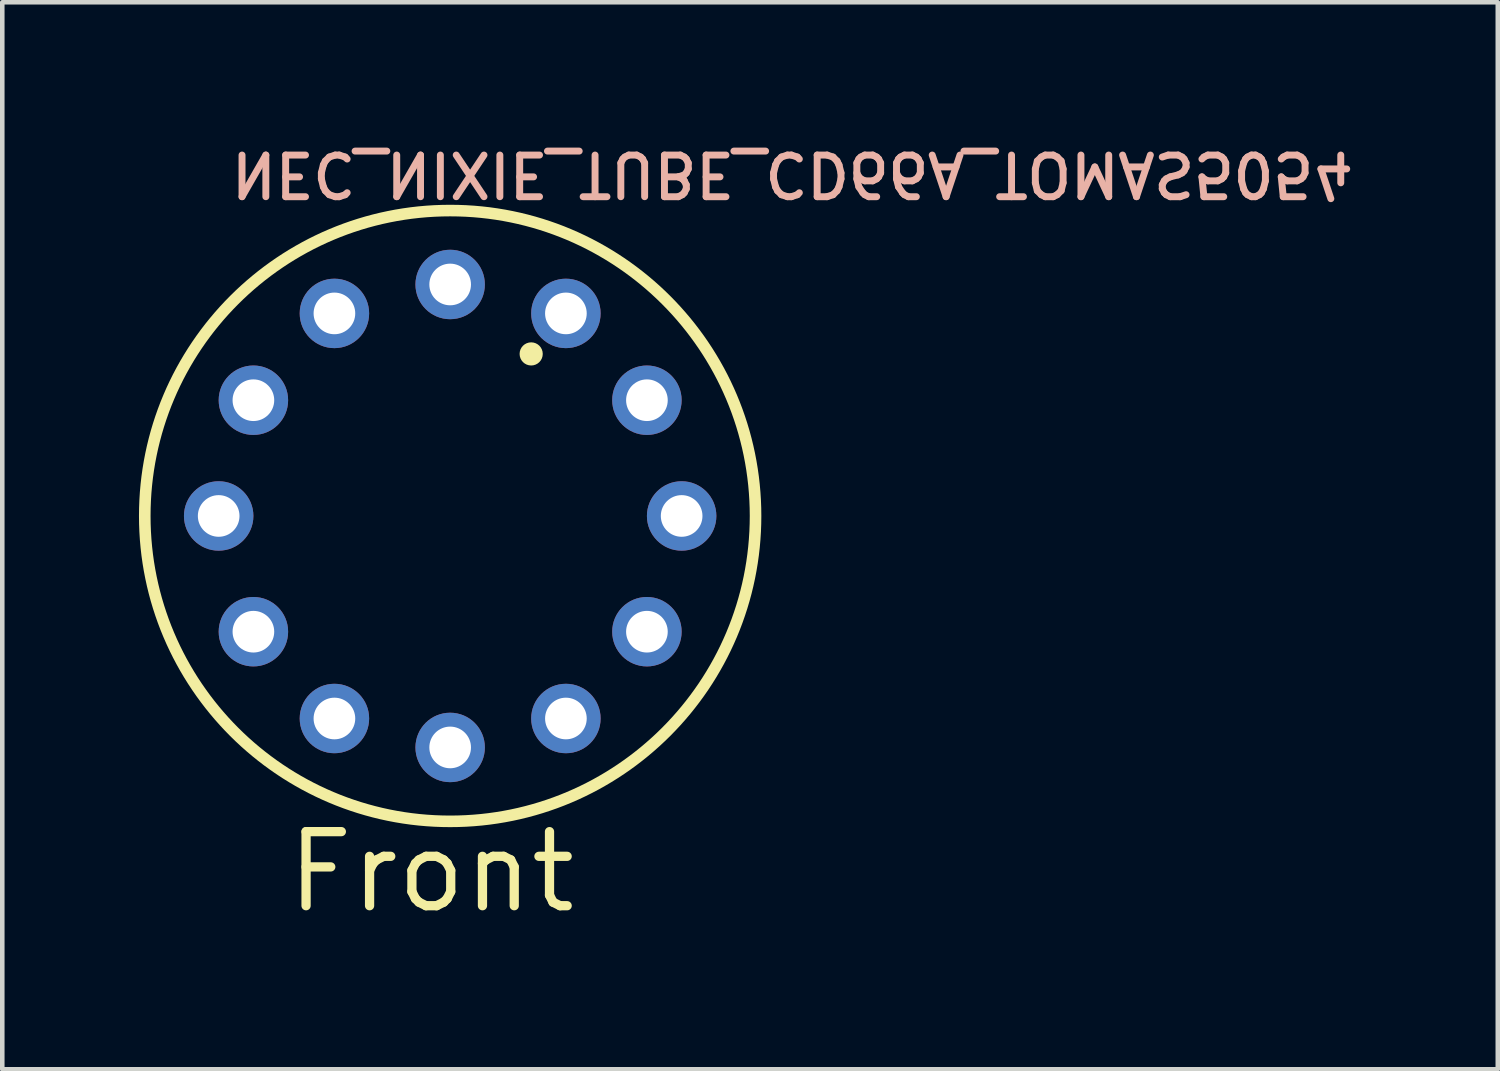
<source format=kicad_pcb>
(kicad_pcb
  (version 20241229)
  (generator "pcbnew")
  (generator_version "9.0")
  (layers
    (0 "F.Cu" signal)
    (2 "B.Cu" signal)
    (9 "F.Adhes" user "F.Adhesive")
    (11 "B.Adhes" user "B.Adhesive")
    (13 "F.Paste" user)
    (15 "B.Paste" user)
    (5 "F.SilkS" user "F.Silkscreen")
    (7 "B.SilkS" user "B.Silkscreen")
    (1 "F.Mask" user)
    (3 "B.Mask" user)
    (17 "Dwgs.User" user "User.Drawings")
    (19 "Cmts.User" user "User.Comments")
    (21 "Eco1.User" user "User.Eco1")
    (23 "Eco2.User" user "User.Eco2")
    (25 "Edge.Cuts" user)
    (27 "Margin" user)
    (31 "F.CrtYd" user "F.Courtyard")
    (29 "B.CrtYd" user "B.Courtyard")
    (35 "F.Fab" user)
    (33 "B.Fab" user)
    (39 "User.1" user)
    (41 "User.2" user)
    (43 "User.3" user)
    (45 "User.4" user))
  (footprint "NEC_NIXIE_TUBE_CD66A_TOMAS5054"
    (layer "F.Cu")
    (at 6.829 8.273)
    (property "Reference" "NEC_NIXIE_TUBE_CD66A_TOMAS5054" (at -4.885 -8.04 180) (unlocked yes) (layer "B.SilkS") (effects (font (size 0.914 0.914) (thickness 0.152)) (justify left bottom mirror)))
    (fp_circle (center 0 0) (end 6.702 0) (stroke (width 0.254) (type default)) (fill no) (layer "F.SilkS"))
    (fp_circle (center 1.778 -3.556) (end 1.905 -3.556) (stroke (width 0.254) (type default)) (fill no) (layer "F.SilkS"))
    (fp_text user "Front" (at -3.683 8.763 0) (unlocked yes) (layer "F.SilkS") (effects (font (size 1.626 1.626) (thickness 0.203)) (justify left bottom)))
    (pad "(.)" thru_hole oval (at 4.318 -2.54 180) (size 1.524 1.524) (drill 0.914) (layers "*.Cu" "*.Mask"))
    (pad "0" thru_hole oval (at 0 -5.08 180) (size 1.524 1.524) (drill 0.914) (layers "*.Cu" "*.Mask"))
    (pad "1" thru_hole oval (at -2.54 -4.445 180) (size 1.524 1.524) (drill 0.914) (layers "*.Cu" "*.Mask"))
    (pad "2" thru_hole oval (at -4.318 -2.54 180) (size 1.524 1.524) (drill 0.914) (layers "*.Cu" "*.Mask"))
    (pad "3" thru_hole oval (at -5.08 0 180) (size 1.524 1.524) (drill 0.914) (layers "*.Cu" "*.Mask"))
    (pad "4" thru_hole oval (at -4.318 2.54 180) (size 1.524 1.524) (drill 0.914) (layers "*.Cu" "*.Mask"))
    (pad "5" thru_hole oval (at -2.54 4.445 180) (size 1.524 1.524) (drill 0.914) (layers "*.Cu" "*.Mask"))
    (pad "6" thru_hole oval (at 0 5.08 180) (size 1.524 1.524) (drill 0.914) (layers "*.Cu" "*.Mask"))
    (pad "7" thru_hole oval (at 2.54 4.445 180) (size 1.524 1.524) (drill 0.914) (layers "*.Cu" "*.Mask"))
    (pad "8" thru_hole oval (at 4.318 2.54 180) (size 1.524 1.524) (drill 0.914) (layers "*.Cu" "*.Mask"))
    (pad "9" thru_hole oval (at 5.08 0 180) (size 1.524 1.524) (drill 0.914) (layers "*.Cu" "*.Mask"))
    (pad "A" thru_hole oval (at 2.54 -4.445 180) (size 1.524 1.524) (drill 0.914) (layers "*.Cu" "*.Mask")))
  (gr_rect
    (start -3 -3)
    (end 29.82 20.416)
    (stroke (width 0.1) (type default))
    (fill no)
    (layer "Edge.Cuts")))
</source>
